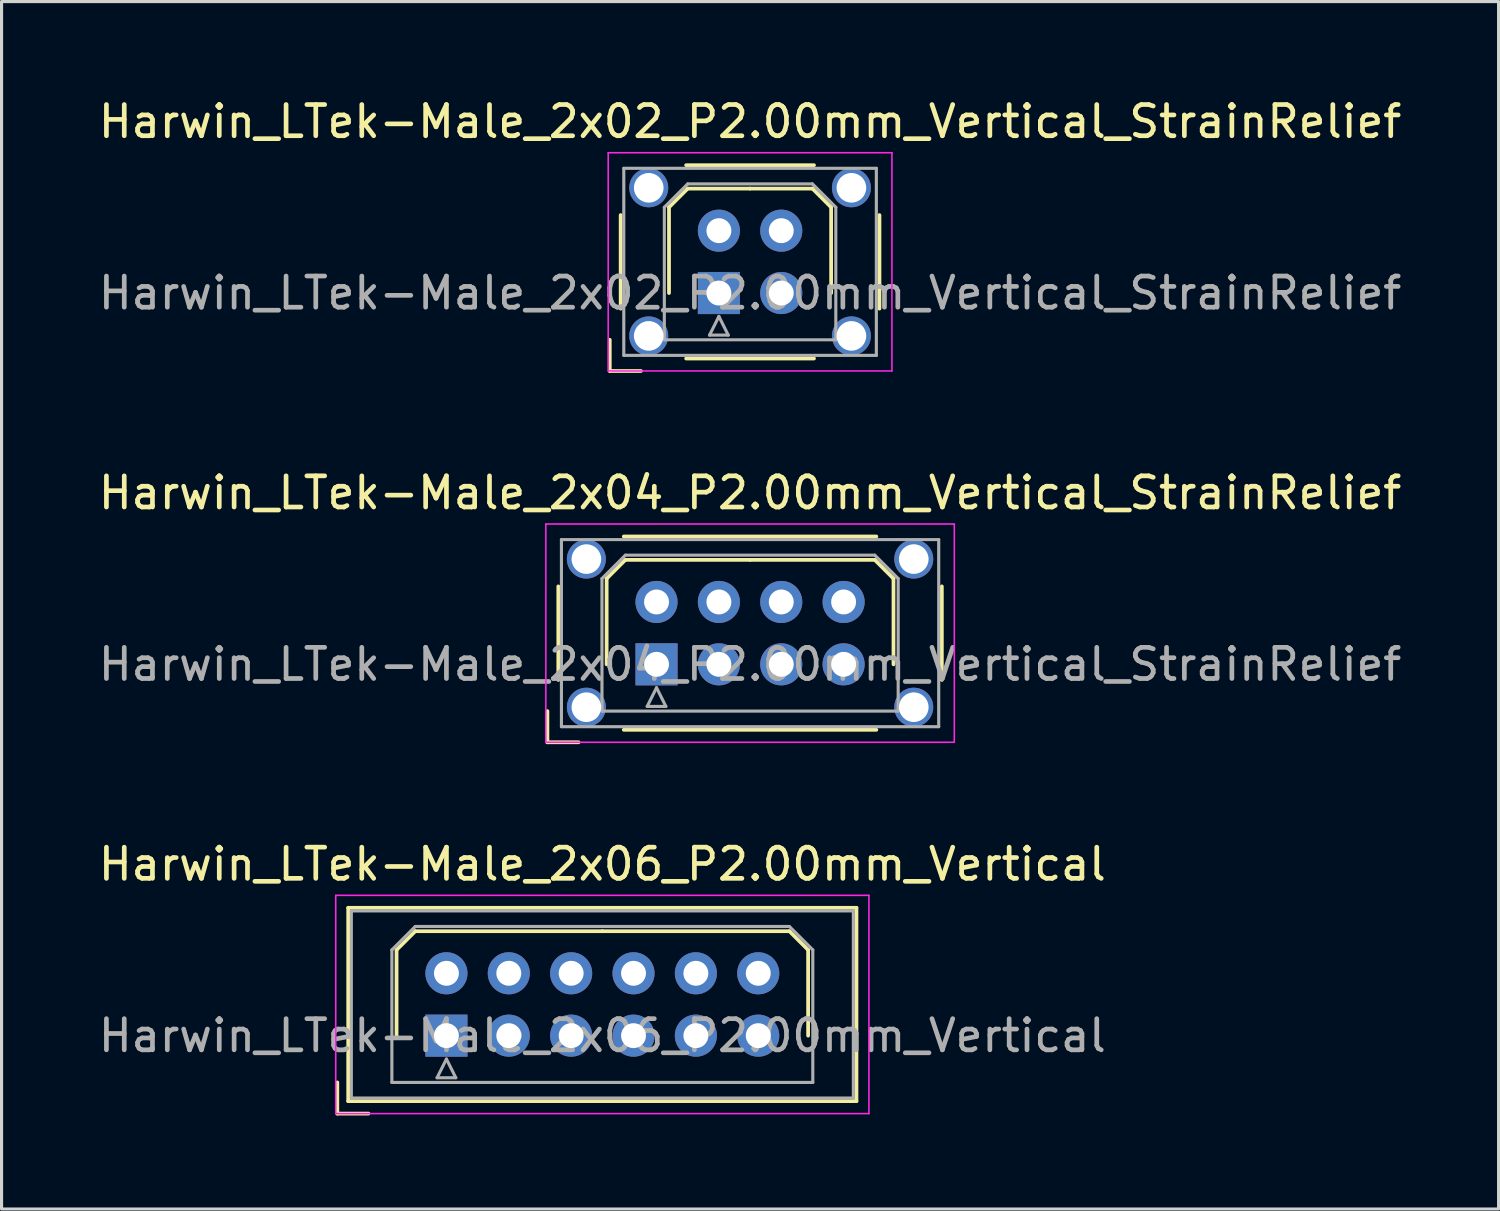
<source format=kicad_pcb>
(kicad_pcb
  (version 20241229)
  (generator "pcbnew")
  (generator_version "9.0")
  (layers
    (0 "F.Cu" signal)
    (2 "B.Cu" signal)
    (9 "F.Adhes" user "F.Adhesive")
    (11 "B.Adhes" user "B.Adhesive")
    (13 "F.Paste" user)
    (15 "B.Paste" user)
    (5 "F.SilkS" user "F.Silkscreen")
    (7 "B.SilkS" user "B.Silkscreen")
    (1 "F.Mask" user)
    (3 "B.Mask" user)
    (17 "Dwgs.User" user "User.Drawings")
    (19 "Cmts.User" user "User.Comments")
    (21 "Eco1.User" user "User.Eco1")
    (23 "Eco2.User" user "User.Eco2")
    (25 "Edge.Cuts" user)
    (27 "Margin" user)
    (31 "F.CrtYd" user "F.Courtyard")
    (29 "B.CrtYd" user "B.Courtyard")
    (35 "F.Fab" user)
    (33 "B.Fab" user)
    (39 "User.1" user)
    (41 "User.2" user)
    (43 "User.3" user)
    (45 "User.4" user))
  (footprint "Harwin_LTek-Male_2x02_P2.00mm_Vertical_StrainRelief"
    (layer "F.Cu")
    (at 20.006 6.348)
    (property "Reference" "Harwin_LTek-Male_2x02_P2.00mm_Vertical_StrainRelief" (at 1 -5.5 0) (layer "F.SilkS") (effects (font (size 1 1) (thickness 0.15))))
    (attr through_hole)
    (fp_line (start -3.5 1.5) (end -3.5 2.5) (stroke (width 0.12) (type solid)) (layer "F.SilkS"))
    (fp_line (start -3.5 2.5) (end -2.5 2.5) (stroke (width 0.12) (type solid)) (layer "F.SilkS"))
    (fp_line (start -3.15 -2.5) (end -3.15 0.5) (stroke (width 0.12) (type solid)) (layer "F.SilkS"))
    (fp_line (start -1.6 -2.75) (end -1 -3.35) (stroke (width 0.12) (type solid)) (layer "F.SilkS"))
    (fp_line (start -1.6 0) (end -1.6 -2.75) (stroke (width 0.12) (type solid)) (layer "F.SilkS"))
    (fp_line (start -1.05 -4.1) (end 3.05 -4.1) (stroke (width 0.12) (type solid)) (layer "F.SilkS"))
    (fp_line (start -1.05 2.1) (end 3.05 2.1) (stroke (width 0.12) (type solid)) (layer "F.SilkS"))
    (fp_line (start -1 -3.35) (end 1 -3.35) (stroke (width 0.12) (type solid)) (layer "F.SilkS"))
    (fp_line (start 3 -3.35) (end 1 -3.35) (stroke (width 0.12) (type solid)) (layer "F.SilkS"))
    (fp_line (start 3.6 -2.75) (end 3 -3.35) (stroke (width 0.12) (type solid)) (layer "F.SilkS"))
    (fp_line (start 3.6 0) (end 3.6 -2.75) (stroke (width 0.12) (type solid)) (layer "F.SilkS"))
    (fp_line (start 5.15 -2.5) (end 5.15 0.5) (stroke (width 0.12) (type solid)) (layer "F.SilkS"))
    (fp_line (start -3.55 -4.5) (end -3.55 2.5) (stroke (width 0.05) (type solid)) (layer "F.CrtYd"))
    (fp_line (start -3.55 2.5) (end 5.55 2.5) (stroke (width 0.05) (type solid)) (layer "F.CrtYd"))
    (fp_line (start 5.55 -4.5) (end -3.55 -4.5) (stroke (width 0.05) (type solid)) (layer "F.CrtYd"))
    (fp_line (start 5.55 2.5) (end 5.55 -4.5) (stroke (width 0.05) (type solid)) (layer "F.CrtYd"))
    (fp_line (start -3.05 -4) (end -3.05 2) (stroke (width 0.1) (type solid)) (layer "F.Fab"))
    (fp_line (start -3.05 2) (end 5.05 2) (stroke (width 0.1) (type solid)) (layer "F.Fab"))
    (fp_line (start -1.75 -2.75) (end -1 -3.5) (stroke (width 0.1) (type solid)) (layer "F.Fab"))
    (fp_line (start -1.75 1.5) (end -1.75 -2.75) (stroke (width 0.1) (type solid)) (layer "F.Fab"))
    (fp_line (start -1 -3.5) (end 3 -3.5) (stroke (width 0.1) (type solid)) (layer "F.Fab"))
    (fp_line (start -0.3 1.35) (end 0.3 1.35) (stroke (width 0.1) (type solid)) (layer "F.Fab"))
    (fp_line (start 0 0.75) (end -0.3 1.35) (stroke (width 0.1) (type solid)) (layer "F.Fab"))
    (fp_line (start 0.3 1.35) (end 0 0.75) (stroke (width 0.1) (type solid)) (layer "F.Fab"))
    (fp_line (start 3 -3.5) (end 3.75 -2.75) (stroke (width 0.1) (type solid)) (layer "F.Fab"))
    (fp_line (start 3.75 -2.75) (end 3.75 1.5) (stroke (width 0.1) (type solid)) (layer "F.Fab"))
    (fp_line (start 3.75 1.5) (end -1.75 1.5) (stroke (width 0.1) (type solid)) (layer "F.Fab"))
    (fp_line (start 5.05 -4) (end -3.05 -4) (stroke (width 0.1) (type solid)) (layer "F.Fab"))
    (fp_line (start 5.05 2) (end 5.05 -4) (stroke (width 0.1) (type solid)) (layer "F.Fab"))
    (fp_text user "${REFERENCE}" (at 1 0 0) (layer "F.Fab") (effects (font (size 1 1) (thickness 0.15))))
    (pad "" thru_hole circle (at -2.25 -3.375) (size 1.25 1.25) (drill 0.95) (layers "*.Cu" "*.Mask"))
    (pad "" thru_hole circle (at -2.25 1.375) (size 1.25 1.25) (drill 0.95) (layers "*.Cu" "*.Mask"))
    (pad "" thru_hole circle (at 4.25 -3.375) (size 1.25 1.25) (drill 0.95) (layers "*.Cu" "*.Mask"))
    (pad "" thru_hole circle (at 4.25 1.375) (size 1.25 1.25) (drill 0.95) (layers "*.Cu" "*.Mask"))
    (pad "1" thru_hole rect (at 0 0) (size 1.35 1.35) (drill 0.8) (layers "*.Cu" "*.Mask"))
    (pad "2" thru_hole circle (at 0 -2) (size 1.35 1.35) (drill 0.8) (layers "*.Cu" "*.Mask"))
    (pad "3" thru_hole circle (at 2 0) (size 1.35 1.35) (drill 0.8) (layers "*.Cu" "*.Mask"))
    (pad "4" thru_hole circle (at 2 -2) (size 1.35 1.35) (drill 0.8) (layers "*.Cu" "*.Mask")))
  (footprint "Harwin_LTek-Male_2x06_P2.00mm_Vertical"
    (layer "F.Cu")
    (at 11.268 30.165)
    (property "Reference" "Harwin_LTek-Male_2x06_P2.00mm_Vertical" (at 5 -5.5 0) (layer "F.SilkS") (effects (font (size 1 1) (thickness 0.15))))
    (attr through_hole)
    (fp_line (start -3.5 1.5) (end -3.5 2.5) (stroke (width 0.12) (type solid)) (layer "F.SilkS"))
    (fp_line (start -3.5 2.5) (end -2.5 2.5) (stroke (width 0.12) (type solid)) (layer "F.SilkS"))
    (fp_line (start -3.15 -4.1) (end -3.15 2.1) (stroke (width 0.12) (type solid)) (layer "F.SilkS"))
    (fp_line (start -3.15 2.1) (end 13.15 2.1) (stroke (width 0.12) (type solid)) (layer "F.SilkS"))
    (fp_line (start -1.6 -2.75) (end -1 -3.35) (stroke (width 0.12) (type solid)) (layer "F.SilkS"))
    (fp_line (start -1.6 0) (end -1.6 -2.75) (stroke (width 0.12) (type solid)) (layer "F.SilkS"))
    (fp_line (start -1 -3.35) (end 5 -3.35) (stroke (width 0.12) (type solid)) (layer "F.SilkS"))
    (fp_line (start 11 -3.35) (end 5 -3.35) (stroke (width 0.12) (type solid)) (layer "F.SilkS"))
    (fp_line (start 11.6 -2.75) (end 11 -3.35) (stroke (width 0.12) (type solid)) (layer "F.SilkS"))
    (fp_line (start 11.6 0) (end 11.6 -2.75) (stroke (width 0.12) (type solid)) (layer "F.SilkS"))
    (fp_line (start 13.15 -4.1) (end -3.15 -4.1) (stroke (width 0.12) (type solid)) (layer "F.SilkS"))
    (fp_line (start 13.15 2.1) (end 13.15 -4.1) (stroke (width 0.12) (type solid)) (layer "F.SilkS"))
    (fp_line (start -3.55 -4.5) (end -3.55 2.5) (stroke (width 0.05) (type solid)) (layer "F.CrtYd"))
    (fp_line (start -3.55 2.5) (end 13.55 2.5) (stroke (width 0.05) (type solid)) (layer "F.CrtYd"))
    (fp_line (start 13.55 -4.5) (end -3.55 -4.5) (stroke (width 0.05) (type solid)) (layer "F.CrtYd"))
    (fp_line (start 13.55 2.5) (end 13.55 -4.5) (stroke (width 0.05) (type solid)) (layer "F.CrtYd"))
    (fp_line (start -3.05 -4) (end -3.05 2) (stroke (width 0.1) (type solid)) (layer "F.Fab"))
    (fp_line (start -3.05 2) (end 13.05 2) (stroke (width 0.1) (type solid)) (layer "F.Fab"))
    (fp_line (start -1.75 -2.75) (end -1 -3.5) (stroke (width 0.1) (type solid)) (layer "F.Fab"))
    (fp_line (start -1.75 1.5) (end -1.75 -2.75) (stroke (width 0.1) (type solid)) (layer "F.Fab"))
    (fp_line (start -1 -3.5) (end 11 -3.5) (stroke (width 0.1) (type solid)) (layer "F.Fab"))
    (fp_line (start -0.3 1.35) (end 0.3 1.35) (stroke (width 0.1) (type solid)) (layer "F.Fab"))
    (fp_line (start 0 0.75) (end -0.3 1.35) (stroke (width 0.1) (type solid)) (layer "F.Fab"))
    (fp_line (start 0.3 1.35) (end 0 0.75) (stroke (width 0.1) (type solid)) (layer "F.Fab"))
    (fp_line (start 11 -3.5) (end 11.75 -2.75) (stroke (width 0.1) (type solid)) (layer "F.Fab"))
    (fp_line (start 11.75 -2.75) (end 11.75 1.5) (stroke (width 0.1) (type solid)) (layer "F.Fab"))
    (fp_line (start 11.75 1.5) (end -1.75 1.5) (stroke (width 0.1) (type solid)) (layer "F.Fab"))
    (fp_line (start 13.05 -4) (end -3.05 -4) (stroke (width 0.1) (type solid)) (layer "F.Fab"))
    (fp_line (start 13.05 2) (end 13.05 -4) (stroke (width 0.1) (type solid)) (layer "F.Fab"))
    (fp_text user "${REFERENCE}" (at 5 0 0) (layer "F.Fab") (effects (font (size 1 1) (thickness 0.15))))
    (pad "1" thru_hole rect (at 0 0) (size 1.35 1.35) (drill 0.8) (layers "*.Cu" "*.Mask"))
    (pad "2" thru_hole circle (at 0 -2) (size 1.35 1.35) (drill 0.8) (layers "*.Cu" "*.Mask"))
    (pad "3" thru_hole circle (at 2 0) (size 1.35 1.35) (drill 0.8) (layers "*.Cu" "*.Mask"))
    (pad "4" thru_hole circle (at 2 -2) (size 1.35 1.35) (drill 0.8) (layers "*.Cu" "*.Mask"))
    (pad "5" thru_hole circle (at 4 0) (size 1.35 1.35) (drill 0.8) (layers "*.Cu" "*.Mask"))
    (pad "6" thru_hole circle (at 4 -2) (size 1.35 1.35) (drill 0.8) (layers "*.Cu" "*.Mask"))
    (pad "7" thru_hole circle (at 6 0) (size 1.35 1.35) (drill 0.8) (layers "*.Cu" "*.Mask"))
    (pad "8" thru_hole circle (at 6 -2) (size 1.35 1.35) (drill 0.8) (layers "*.Cu" "*.Mask"))
    (pad "9" thru_hole circle (at 8 0) (size 1.35 1.35) (drill 0.8) (layers "*.Cu" "*.Mask"))
    (pad "10" thru_hole circle (at 8 -2) (size 1.35 1.35) (drill 0.8) (layers "*.Cu" "*.Mask"))
    (pad "11" thru_hole circle (at 10 0) (size 1.35 1.35) (drill 0.8) (layers "*.Cu" "*.Mask"))
    (pad "12" thru_hole circle (at 10 -2) (size 1.35 1.35) (drill 0.8) (layers "*.Cu" "*.Mask")))
  (footprint "Harwin_LTek-Male_2x04_P2.00mm_Vertical_StrainRelief"
    (layer "F.Cu")
    (at 18.006 18.256)
    (property "Reference" "Harwin_LTek-Male_2x04_P2.00mm_Vertical_StrainRelief" (at 3 -5.5 0) (layer "F.SilkS") (effects (font (size 1 1) (thickness 0.15))))
    (attr through_hole)
    (fp_line (start -3.5 1.5) (end -3.5 2.5) (stroke (width 0.12) (type solid)) (layer "F.SilkS"))
    (fp_line (start -3.5 2.5) (end -2.5 2.5) (stroke (width 0.12) (type solid)) (layer "F.SilkS"))
    (fp_line (start -3.15 -2.5) (end -3.15 0.5) (stroke (width 0.12) (type solid)) (layer "F.SilkS"))
    (fp_line (start -1.6 -2.75) (end -1 -3.35) (stroke (width 0.12) (type solid)) (layer "F.SilkS"))
    (fp_line (start -1.6 0) (end -1.6 -2.75) (stroke (width 0.12) (type solid)) (layer "F.SilkS"))
    (fp_line (start -1.05 -4.1) (end 7.05 -4.1) (stroke (width 0.12) (type solid)) (layer "F.SilkS"))
    (fp_line (start -1.05 2.1) (end 7.05 2.1) (stroke (width 0.12) (type solid)) (layer "F.SilkS"))
    (fp_line (start -1 -3.35) (end 3 -3.35) (stroke (width 0.12) (type solid)) (layer "F.SilkS"))
    (fp_line (start 7 -3.35) (end 3 -3.35) (stroke (width 0.12) (type solid)) (layer "F.SilkS"))
    (fp_line (start 7.6 -2.75) (end 7 -3.35) (stroke (width 0.12) (type solid)) (layer "F.SilkS"))
    (fp_line (start 7.6 0) (end 7.6 -2.75) (stroke (width 0.12) (type solid)) (layer "F.SilkS"))
    (fp_line (start 9.15 -2.5) (end 9.15 0.5) (stroke (width 0.12) (type solid)) (layer "F.SilkS"))
    (fp_line (start -3.55 -4.5) (end -3.55 2.5) (stroke (width 0.05) (type solid)) (layer "F.CrtYd"))
    (fp_line (start -3.55 2.5) (end 9.55 2.5) (stroke (width 0.05) (type solid)) (layer "F.CrtYd"))
    (fp_line (start 9.55 -4.5) (end -3.55 -4.5) (stroke (width 0.05) (type solid)) (layer "F.CrtYd"))
    (fp_line (start 9.55 2.5) (end 9.55 -4.5) (stroke (width 0.05) (type solid)) (layer "F.CrtYd"))
    (fp_line (start -3.05 -4) (end -3.05 2) (stroke (width 0.1) (type solid)) (layer "F.Fab"))
    (fp_line (start -3.05 2) (end 9.05 2) (stroke (width 0.1) (type solid)) (layer "F.Fab"))
    (fp_line (start -1.75 -2.75) (end -1 -3.5) (stroke (width 0.1) (type solid)) (layer "F.Fab"))
    (fp_line (start -1.75 1.5) (end -1.75 -2.75) (stroke (width 0.1) (type solid)) (layer "F.Fab"))
    (fp_line (start -1 -3.5) (end 7 -3.5) (stroke (width 0.1) (type solid)) (layer "F.Fab"))
    (fp_line (start -0.3 1.35) (end 0.3 1.35) (stroke (width 0.1) (type solid)) (layer "F.Fab"))
    (fp_line (start 0 0.75) (end -0.3 1.35) (stroke (width 0.1) (type solid)) (layer "F.Fab"))
    (fp_line (start 0.3 1.35) (end 0 0.75) (stroke (width 0.1) (type solid)) (layer "F.Fab"))
    (fp_line (start 7 -3.5) (end 7.75 -2.75) (stroke (width 0.1) (type solid)) (layer "F.Fab"))
    (fp_line (start 7.75 -2.75) (end 7.75 1.5) (stroke (width 0.1) (type solid)) (layer "F.Fab"))
    (fp_line (start 7.75 1.5) (end -1.75 1.5) (stroke (width 0.1) (type solid)) (layer "F.Fab"))
    (fp_line (start 9.05 -4) (end -3.05 -4) (stroke (width 0.1) (type solid)) (layer "F.Fab"))
    (fp_line (start 9.05 2) (end 9.05 -4) (stroke (width 0.1) (type solid)) (layer "F.Fab"))
    (fp_text user "${REFERENCE}" (at 3 0 0) (layer "F.Fab") (effects (font (size 1 1) (thickness 0.15))))
    (pad "" thru_hole circle (at -2.25 -3.375) (size 1.25 1.25) (drill 0.95) (layers "*.Cu" "*.Mask"))
    (pad "" thru_hole circle (at -2.25 1.375) (size 1.25 1.25) (drill 0.95) (layers "*.Cu" "*.Mask"))
    (pad "" thru_hole circle (at 8.25 -3.375) (size 1.25 1.25) (drill 0.95) (layers "*.Cu" "*.Mask"))
    (pad "" thru_hole circle (at 8.25 1.375) (size 1.25 1.25) (drill 0.95) (layers "*.Cu" "*.Mask"))
    (pad "1" thru_hole rect (at 0 0) (size 1.35 1.35) (drill 0.8) (layers "*.Cu" "*.Mask"))
    (pad "2" thru_hole circle (at 0 -2) (size 1.35 1.35) (drill 0.8) (layers "*.Cu" "*.Mask"))
    (pad "3" thru_hole circle (at 2 0) (size 1.35 1.35) (drill 0.8) (layers "*.Cu" "*.Mask"))
    (pad "4" thru_hole circle (at 2 -2) (size 1.35 1.35) (drill 0.8) (layers "*.Cu" "*.Mask"))
    (pad "5" thru_hole circle (at 4 0) (size 1.35 1.35) (drill 0.8) (layers "*.Cu" "*.Mask"))
    (pad "6" thru_hole circle (at 4 -2) (size 1.35 1.35) (drill 0.8) (layers "*.Cu" "*.Mask"))
    (pad "7" thru_hole circle (at 6 0) (size 1.35 1.35) (drill 0.8) (layers "*.Cu" "*.Mask"))
    (pad "8" thru_hole circle (at 6 -2) (size 1.35 1.35) (drill 0.8) (layers "*.Cu" "*.Mask")))
  (gr_rect
    (start -3 -3)
    (end 45.012 35.725)
    (stroke (width 0.1) (type default))
    (fill no)
    (layer "Edge.Cuts")))
</source>
